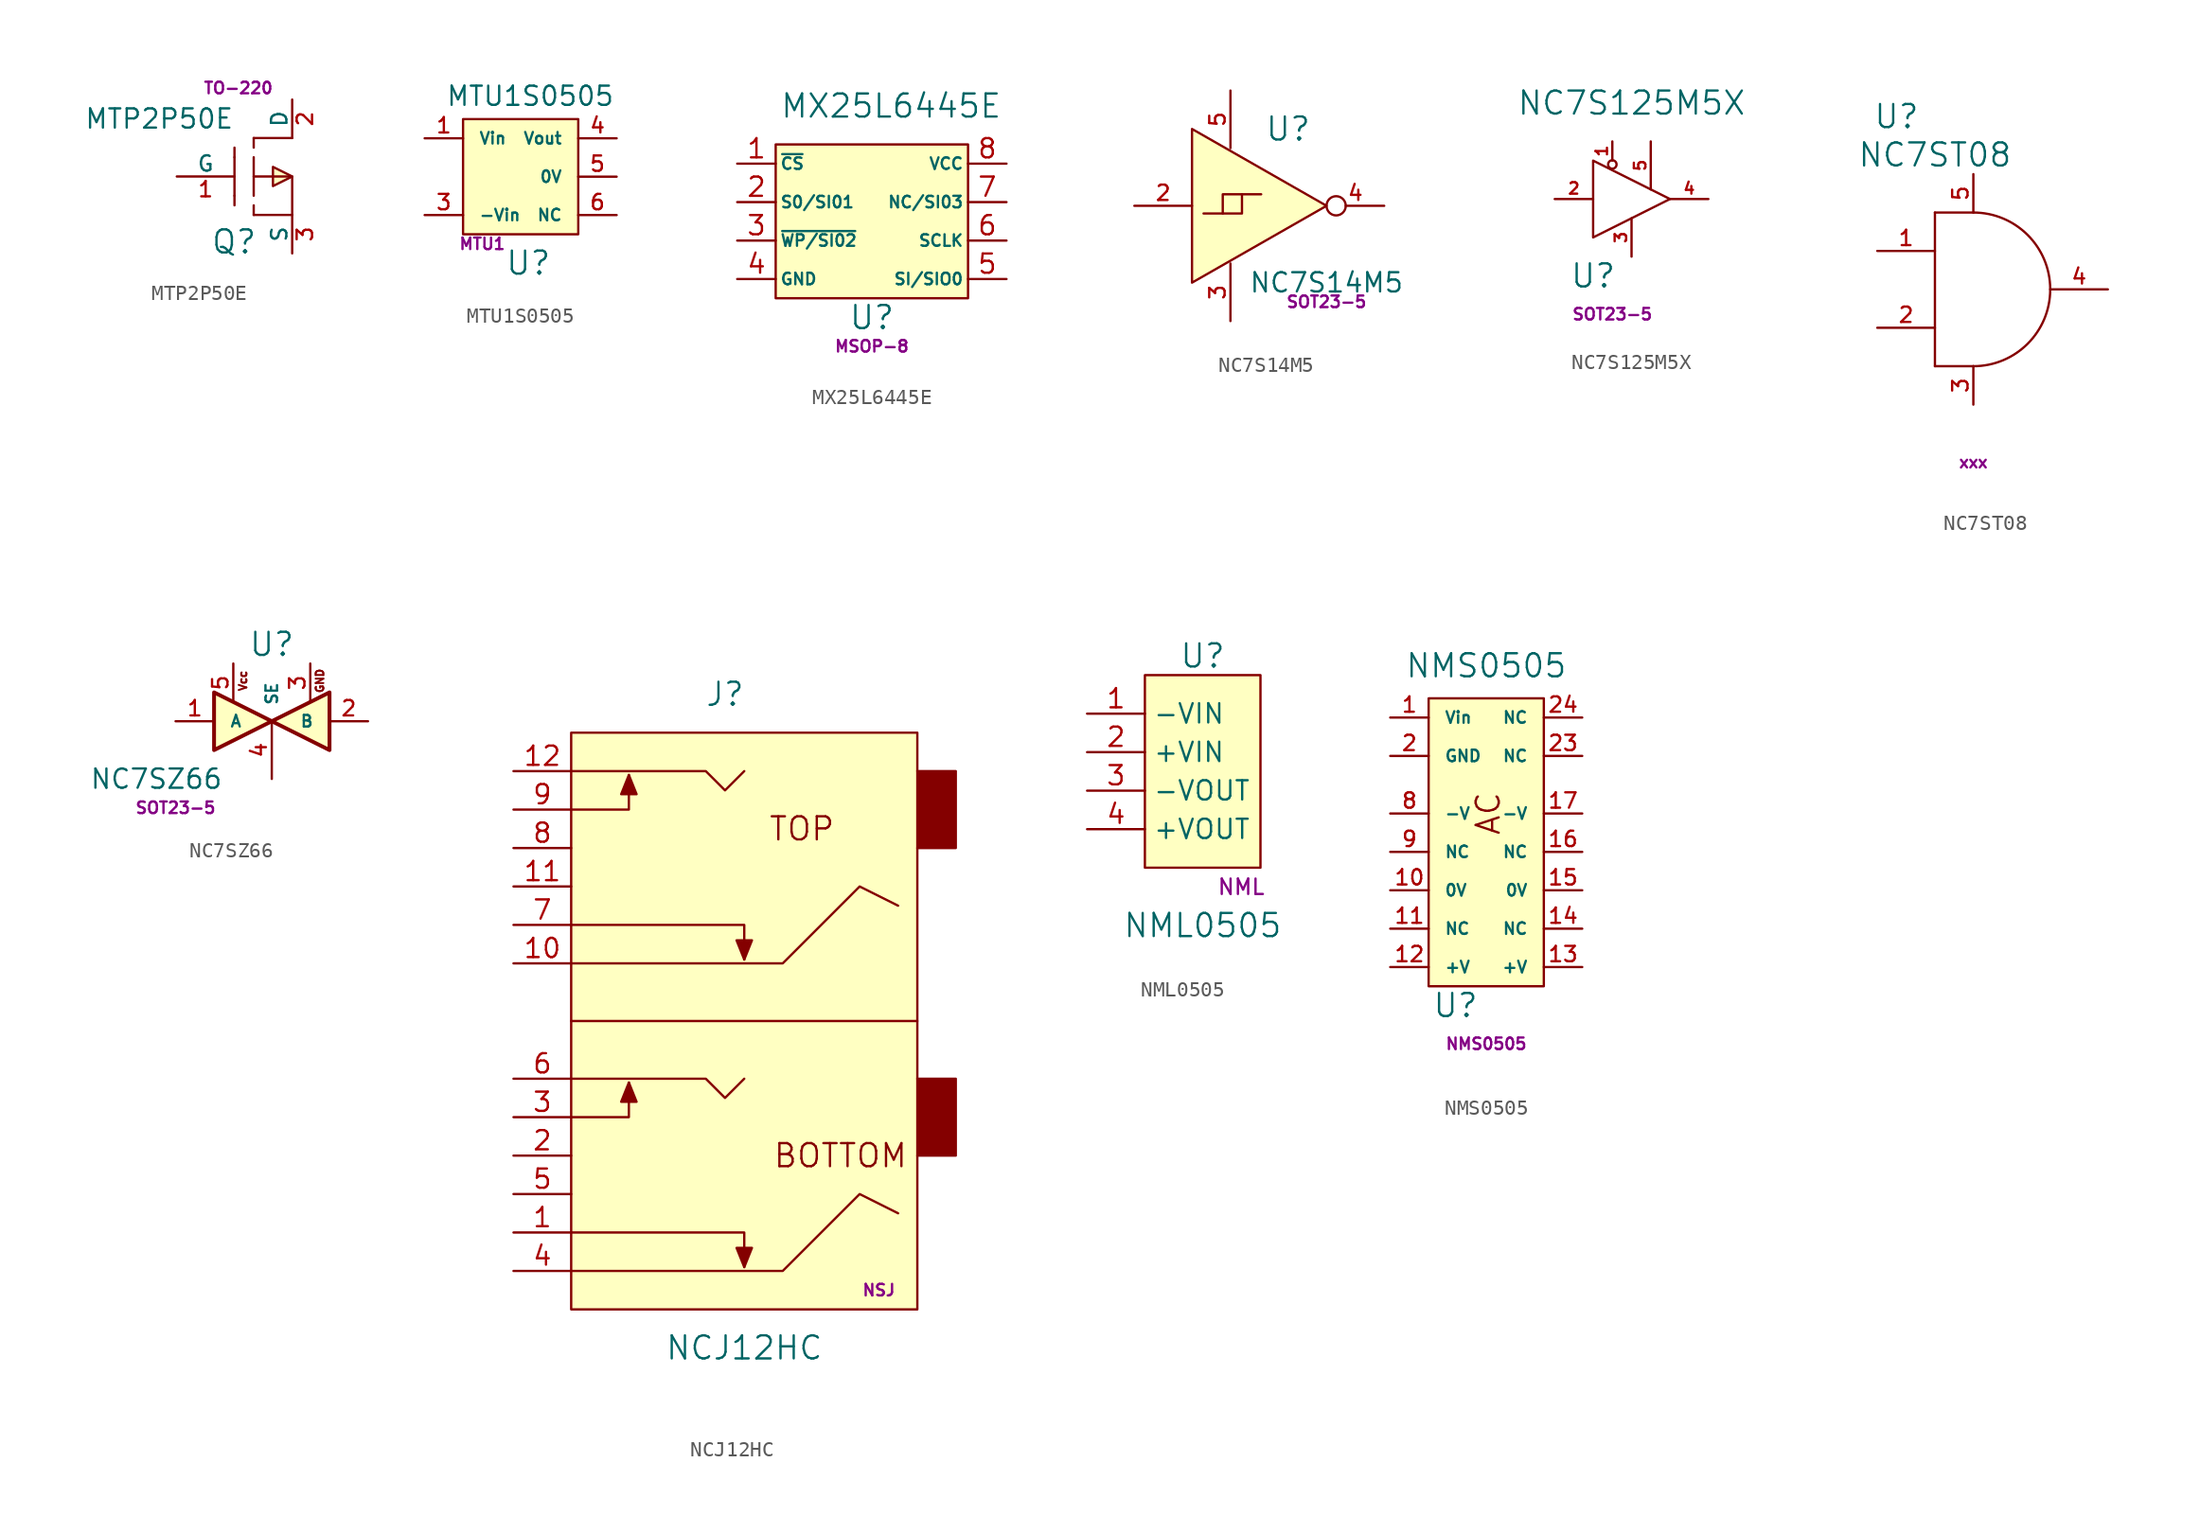
<source format=kicad_sym>
(kicad_symbol_lib
  (version 20220914)
  (generator kicad_symbol_editor)
  (symbol "MTP2P50E"
    (pin_names
      (offset 0))
    (property "Reference" "Q"
      (at 0.254 -4.318 0)
      (effects (font (size 1.524 1.524)) (justify right)))
    (property "Value" "MTP2P50E"
      (at -1.27 3.81 0)
      (effects (font (size 1.27 1.27)) (justify right)))
    (property "Footprint" "TO-220"
      (at -1.016 5.842 0)
      (effects (font (size 0.762 0.762))))
    (property "Datasheet" ""
      (at 0 0 0)
      (effects (font (size 1.524 1.524))))
    (symbol "MTP2P50E_0_1"
      (polyline (pts (xy -1.27 -1.27) (xy -1.27 -1.905)) (stroke (width 0) (type default)) (fill (type none)))
      (polyline (pts (xy -1.27 -1.27) (xy -1.27 1.27)) (stroke (width 0) (type default)) (fill (type none)))
      (polyline (pts (xy -1.27 1.27) (xy -1.27 1.905)) (stroke (width 0) (type default)) (fill (type none)))
      (polyline (pts (xy 0 -2.54) (xy 0 -1.905)) (stroke (width 0) (type default)) (fill (type none)))
      (polyline (pts (xy 0 -1.27) (xy 0 1.27)) (stroke (width 0) (type default)) (fill (type none)))
      (polyline (pts (xy 0 2.54) (xy 0 1.905)) (stroke (width 0) (type default)) (fill (type none)))
      (polyline (pts (xy 2.54 -2.54) (xy 0 -2.54)) (stroke (width 0) (type default)) (fill (type none)))
      (polyline (pts (xy 2.54 2.54) (xy 0 2.54)) (stroke (width 0) (type default)) (fill (type none)))
      (polyline (pts (xy 0 0) (xy 2.54 0) (xy 2.54 -2.54)) (stroke (width 0) (type default)) (fill (type none)))
      (polyline (pts (xy 1.27 0) (xy 1.27 -0.635) (xy 2.54 0) (xy 1.27 0.635) (xy 1.27 0)) (stroke (width 0) (type default)) (fill (type background))))
    (symbol "MTP2P50E_1_1"
      (pin input line (at -5.08 0 0) (length 3.81) (name "G" (effects (font (size 1.016 1.016)))) (number "1" (effects (font (size 1.016 1.016)))))
      (pin passive line (at 2.54 5.08 270) (length 2.54) (name "D" (effects (font (size 1.016 1.016)))) (number "2" (effects (font (size 1.016 1.016)))))
      (pin passive line (at 2.54 -5.08 90) (length 2.54) (name "S" (effects (font (size 1.016 1.016)))) (number "3" (effects (font (size 1.016 1.016)))))))
  (symbol "MTU1S0505"
    (pin_names
      (offset 1.016))
    (property "Reference" "U"
      (at 0.508 -5.715 0)
      (effects (font (size 1.524 1.524))))
    (property "Value" "MTU1S0505"
      (at 0.635 5.334 0)
      (effects (font (size 1.27 1.27))))
    (property "Footprint" "MTU1"
      (at -2.54 -4.445 0)
      (effects (font (size 0.762 0.762))))
    (property "Datasheet" ""
      (at 0 0 0)
      (effects (font (size 1.524 1.524))))
    (symbol "MTU1S0505_0_1"
      (rectangle (start -3.81 3.81) (end 3.81 -3.81) (stroke (width 0) (type default)) (fill (type background))))
    (symbol "MTU1S0505_1_1"
      (pin passive line (at -6.35 2.54 0) (length 2.54) (name "Vin" (effects (font (size 0.762 0.762)))) (number "1" (effects (font (size 1.016 1.016)))))
      (pin passive line (at -6.35 -2.54 0) (length 2.54) (name "-Vin" (effects (font (size 0.762 0.762)))) (number "3" (effects (font (size 1.016 1.016)))))
      (pin passive line (at 6.35 2.54 180) (length 2.54) (name "Vout" (effects (font (size 0.762 0.762)))) (number "4" (effects (font (size 1.016 1.016)))))
      (pin passive line (at 6.35 0 180) (length 2.54) (name "0V" (effects (font (size 0.762 0.762)))) (number "5" (effects (font (size 1.016 1.016)))))
      (pin passive line (at 6.35 -2.54 180) (length 2.54) (name "NC" (effects (font (size 0.762 0.762)))) (number "6" (effects (font (size 1.016 1.016)))))))
  (symbol "MX25L6445E"
    (pin_names
      (offset 0.254))
    (property "Reference" "U"
      (at 0 -6.35 0)
      (effects (font (size 1.524 1.524))))
    (property "Value" "MX25L6445E"
      (at 1.27 7.62 0)
      (effects (font (size 1.524 1.524))))
    (property "Footprint" "MSOP-8"
      (at 0 -8.255 0)
      (effects (font (size 0.762 0.762))))
    (property "Datasheet" ""
      (at 0 0 0)
      (effects (font (size 1.524 1.524))))
    (symbol "MX25L6445E_0_1"
      (rectangle (start -6.35 5.08) (end 6.35 -5.08) (stroke (width 0) (type default)) (fill (type background))))
    (symbol "MX25L6445E_1_1"
      (pin bidirectional line (at -8.89 3.81 0) (length 2.54) (name "~{CS}" (effects (font (size 0.762 0.762)))) (number "1" (effects (font (size 1.27 1.27)))))
      (pin bidirectional line (at -8.89 1.27 0) (length 2.54) (name "S0/SI01" (effects (font (size 0.762 0.762)))) (number "2" (effects (font (size 1.27 1.27)))))
      (pin bidirectional line (at -8.89 -1.27 0) (length 2.54) (name "~{WP/SI02}" (effects (font (size 0.762 0.762)))) (number "3" (effects (font (size 1.27 1.27)))))
      (pin bidirectional line (at -8.89 -3.81 0) (length 2.54) (name "GND" (effects (font (size 0.762 0.762)))) (number "4" (effects (font (size 1.27 1.27)))))
      (pin bidirectional line (at 8.89 -3.81 180) (length 2.54) (name "SI/SIO0" (effects (font (size 0.762 0.762)))) (number "5" (effects (font (size 1.27 1.27)))))
      (pin bidirectional line (at 8.89 -1.27 180) (length 2.54) (name "SCLK" (effects (font (size 0.762 0.762)))) (number "6" (effects (font (size 1.27 1.27)))))
      (pin bidirectional line (at 8.89 1.27 180) (length 2.54) (name "NC/SI03" (effects (font (size 0.762 0.762)))) (number "7" (effects (font (size 1.27 1.27)))))
      (pin bidirectional line (at 8.89 3.81 180) (length 2.54) (name "VCC" (effects (font (size 0.762 0.762)))) (number "8" (effects (font (size 1.27 1.27)))))))
  (symbol "NC7S14M5"
    (property "Reference" "U"
      (at 3.81 5.08 0)
      (effects (font (size 1.524 1.524))))
    (property "Value" "NC7S14M5"
      (at 6.35 -5.08 0)
      (effects (font (size 1.27 1.27))))
    (property "Footprint" "SOT23-5"
      (at 6.35 -6.35 0)
      (effects (font (size 0.762 0.762))))
    (property "Datasheet" ""
      (at 0 0 0)
      (effects (font (size 1.524 1.524))))
    (symbol "NC7S14M5_0_1"
      (polyline (pts (xy -0.508 -0.508) (xy 0.762 -0.508) (xy 0.762 0.762) (xy 0.762 0.762)) (stroke (width 0) (type default)) (fill (type none)))
      (polyline (pts (xy -2.54 0) (xy -2.54 5.08) (xy 6.35 0) (xy -2.54 -5.08) (xy -2.54 0)) (stroke (width 0) (type default)) (fill (type background)))
      (polyline (pts (xy 2.032 0.762) (xy -0.508 0.762) (xy -0.508 -0.508) (xy -1.778 -0.508) (xy -1.778 -0.508)) (stroke (width 0) (type default)) (fill (type none)))
      (pin passive line (at 0 -7.62 90) (length 3.81) (name "~" (effects (font (size 1.016 1.016)))) (number "3" (effects (font (size 1.016 1.016)))))
      (pin power_in line (at 0 7.62 270) (length 3.81) (name "~" (effects (font (size 1.016 1.016)))) (number "5" (effects (font (size 1.016 1.016))))))
    (symbol "NC7S14M5_1_1"
      (pin input line (at -6.35 0 0) (length 3.81) (name "~" (effects (font (size 1.016 1.016)))) (number "2" (effects (font (size 1.016 1.016)))))
      (pin input inverted (at 10.16 0 180) (length 3.81) (name "~" (effects (font (size 1.016 1.016)))) (number "4" (effects (font (size 1.016 1.016)))))))
  (symbol "NC7S125M5X"
    (pin_names
      (offset 1.016))
    (property "Reference" "U"
      (at -2.54 -5.08 0)
      (effects (font (size 1.524 1.524))))
    (property "Value" "NC7S125M5X"
      (at 0 6.35 0)
      (effects (font (size 1.524 1.524))))
    (property "Footprint" "SOT23-5"
      (at -1.27 -7.62 0)
      (effects (font (size 0.762 0.762))))
    (property "Datasheet" ""
      (at 0 0 0)
      (effects (font (size 1.524 1.524))))
    (symbol "NC7S125M5X_0_1"
      (circle (center -1.27 2.286) (radius 0.279) (stroke (width 0) (type default)) (fill (type none)))
      (polyline (pts (xy -2.54 0) (xy -2.54 2.54) (xy 2.54 0) (xy -2.54 -2.54) (xy -2.54 0) (xy -2.54 0)) (stroke (width 0) (type default)) (fill (type none))))
    (symbol "NC7S125M5X_1_1"
      (pin input line (at -1.27 3.81 270) (length 1.27) (name "~" (effects (font (size 0.508 0.508)))) (number "1" (effects (font (size 0.762 0.762)))))
      (pin input line (at -5.08 0 0) (length 2.54) (name "~" (effects (font (size 0.508 0.508)))) (number "2" (effects (font (size 0.762 0.762)))))
      (pin bidirectional line (at 0 -3.81 90) (length 2.54) (name "~" (effects (font (size 0.508 0.508)))) (number "3" (effects (font (size 0.762 0.762)))))
      (pin output line (at 5.08 0 180) (length 2.54) (name "~" (effects (font (size 0.508 0.508)))) (number "4" (effects (font (size 0.762 0.762)))))
      (pin input line (at 1.27 3.81 270) (length 3.175) (name "~" (effects (font (size 0.508 0.508)))) (number "5" (effects (font (size 0.762 0.762)))))))
  (symbol "NC7ST08"
    (pin_names
      (offset 1.016))
    (property "Reference" "U"
      (at -5.08 11.43 0)
      (effects (font (size 1.524 1.524))))
    (property "Value" "NC7ST08"
      (at -2.54 8.89 0)
      (effects (font (size 1.524 1.524))))
    (property "Footprint" "xxx"
      (at 0 -11.43 0)
      (effects (font (size 0.762 0.762))))
    (property "Datasheet" ""
      (at 0 0 0)
      (effects (font (size 1.524 1.524))))
    (symbol "NC7ST08_0_1"
      (arc (start 0 -5.08) (mid 5.0579 0) (end 0 5.08) (stroke (width 0) (type default)) (fill (type none)))
      (polyline (pts (xy -2.54 5.08) (xy -2.54 -5.08) (xy -2.54 -5.08)) (stroke (width 0) (type default)) (fill (type none)))
      (polyline (pts (xy 0 -5.08) (xy -2.54 -5.08) (xy -2.54 -5.08)) (stroke (width 0) (type default)) (fill (type none)))
      (polyline (pts (xy 0 5.08) (xy -2.54 5.08) (xy -2.54 5.08)) (stroke (width 0) (type default)) (fill (type background)))
      (pin input line (at -6.35 2.54 0) (length 3.81) (name "~" (effects (font (size 1.016 1.016)))) (number "1" (effects (font (size 1.016 1.016)))))
      (pin input line (at -6.35 -2.54 0) (length 3.81) (name "~" (effects (font (size 1.016 1.016)))) (number "2" (effects (font (size 1.016 1.016)))))
      (pin passive line (at 0 -7.62 90) (length 2.54) (name "~" (effects (font (size 1.016 1.016)))) (number "3" (effects (font (size 1.016 1.016)))))
      (pin output line (at 8.89 0 180) (length 3.81) (name "~" (effects (font (size 1.016 1.016)))) (number "4" (effects (font (size 1.016 1.016)))))
      (pin power_in line (at 0 7.62 270) (length 2.54) (name "~" (effects (font (size 1.016 1.016)))) (number "5" (effects (font (size 1.016 1.016)))))))
  (symbol "NC7SZ66"
    (pin_names
      (offset 1.016))
    (property "Reference" "U"
      (at 0 5.08 0)
      (effects (font (size 1.524 1.524))))
    (property "Value" "NC7SZ66"
      (at -7.62 -3.81 0)
      (effects (font (size 1.27 1.27))))
    (property "Footprint" "SOT23-5"
      (at -6.35 -5.715 0)
      (effects (font (size 0.762 0.762))))
    (property "Datasheet" ""
      (at 0 0 0)
      (effects (font (size 1.524 1.524))))
    (symbol "NC7SZ66_0_0"
      (polyline (pts (xy 0 0) (xy 3.81 -1.905) (xy 3.81 1.905) (xy 0 0) (xy 0 0)) (stroke (width 0.254) (type default)) (fill (type background)))
      (polyline (pts (xy -3.81 0) (xy -3.81 1.905) (xy 0 0) (xy -3.81 -1.905) (xy -3.81 0) (xy -3.81 0)) (stroke (width 0.254) (type default)) (fill (type background)))
      (text "GND" (at 3.175 2.667 900) (effects (font (size 0.508 0.508))))
      (text "Vcc" (at -1.905 2.667 900) (effects (font (size 0.508 0.508)))))
    (symbol "NC7SZ66_1_1"
      (pin input line (at -6.35 0 0) (length 2.54) (name "A" (effects (font (size 0.762 0.762)))) (number "1" (effects (font (size 1.016 1.016)))))
      (pin output line (at 6.35 0 180) (length 2.54) (name "B" (effects (font (size 0.762 0.762)))) (number "2" (effects (font (size 1.016 1.016)))))
      (pin unspecified line (at 2.54 3.81 270) (length 2.54) (name "~" (effects (font (size 0.254 0.254)))) (number "3" (effects (font (size 1.016 1.016)))))
      (pin input line (at 0 -3.81 90) (length 3.81) (name "SE" (effects (font (size 0.762 0.762)))) (number "4" (effects (font (size 1.016 1.016)))))
      (pin unspecified line (at -2.54 3.81 270) (length 2.54) (name "~" (effects (font (size 0.254 0.254)))) (number "5" (effects (font (size 1.016 1.016)))))))
  (symbol "NCJ12HC"
    (property "Reference" "J"
      (at 0 21.59 0)
      (effects (font (size 1.524 1.524))))
    (property "Value" "NCJ12HC"
      (at 1.27 -21.59 0)
      (effects (font (size 1.524 1.524))))
    (property "Footprint" "NSJ"
      (at 10.16 -17.78 0)
      (effects (font (size 0.762 0.762))))
    (property "Datasheet" ""
      (at 0 0 0)
      (effects (font (size 1.524 1.524))))
    (symbol "NCJ12HC_0_0"
      (polyline (pts (xy -10.16 0) (xy 12.7 0)) (stroke (width 0) (type default)) (fill (type none)))
      (polyline (pts (xy 12.7 -3.81) (xy 15.24 -3.81) (xy 15.24 -8.89) (xy 12.7 -8.89)) (stroke (width 0) (type default)) (fill (type outline)))
      (polyline (pts (xy 12.7 16.51) (xy 15.24 16.51) (xy 15.24 11.43) (xy 12.7 11.43)) (stroke (width 0) (type default)) (fill (type outline)))
      (polyline (pts (xy -10.16 19.05) (xy -10.16 -19.05) (xy 12.7 -19.05) (xy 12.7 19.05) (xy -10.16 19.05)) (stroke (width 0) (type default)) (fill (type background)))
      (text "BOTTOM" (at 7.62 -8.89 0) (effects (font (size 1.524 1.524))))
      (text "TOP" (at 5.08 12.7 0) (effects (font (size 1.524 1.524)))))
    (symbol "NCJ12HC_0_1"
      (polyline (pts (xy -10.16 -13.97) (xy 1.27 -13.97) (xy 1.27 -16.256)) (stroke (width 0) (type default)) (fill (type none)))
      (polyline (pts (xy -10.16 -6.35) (xy -6.35 -6.35) (xy -6.35 -4.064)) (stroke (width 0) (type default)) (fill (type none)))
      (polyline (pts (xy -10.16 6.35) (xy 1.27 6.35) (xy 1.27 4.064)) (stroke (width 0) (type default)) (fill (type none)))
      (polyline (pts (xy -10.16 13.97) (xy -6.35 13.97) (xy -6.35 16.256)) (stroke (width 0) (type default)) (fill (type none)))
      (polyline (pts (xy -10.16 -16.51) (xy 3.81 -16.51) (xy 8.89 -11.43) (xy 11.43 -12.7)) (stroke (width 0) (type default)) (fill (type none)))
      (polyline (pts (xy -10.16 -3.81) (xy -1.27 -3.81) (xy 0 -5.08) (xy 1.27 -3.81)) (stroke (width 0) (type default)) (fill (type none)))
      (polyline (pts (xy -10.16 3.81) (xy 3.81 3.81) (xy 8.89 8.89) (xy 11.43 7.62)) (stroke (width 0) (type default)) (fill (type none)))
      (polyline (pts (xy -10.16 16.51) (xy -1.27 16.51) (xy 0 15.24) (xy 1.27 16.51)) (stroke (width 0) (type default)) (fill (type none)))
      (polyline (pts (xy -6.35 -4.064) (xy -6.858 -5.334) (xy -5.842 -5.334) (xy -6.35 -4.064)) (stroke (width 0) (type default)) (fill (type outline)))
      (polyline (pts (xy -6.35 16.256) (xy -6.858 14.986) (xy -5.842 14.986) (xy -6.35 16.256)) (stroke (width 0) (type default)) (fill (type outline)))
      (polyline (pts (xy 1.27 -16.256) (xy 0.762 -14.986) (xy 1.778 -14.986) (xy 1.27 -16.256)) (stroke (width 0) (type default)) (fill (type outline)))
      (polyline (pts (xy 1.27 4.064) (xy 0.762 5.334) (xy 1.778 5.334) (xy 1.27 4.064)) (stroke (width 0) (type default)) (fill (type outline))))
    (symbol "NCJ12HC_1_1"
      (pin input line (at -13.97 -13.97 0) (length 3.81) (name "~" (effects (font (size 1.27 1.27)))) (number "1" (effects (font (size 1.27 1.27)))))
      (pin input line (at -13.97 3.81 0) (length 3.81) (name "~" (effects (font (size 1.27 1.27)))) (number "10" (effects (font (size 1.27 1.27)))))
      (pin input line (at -13.97 8.89 0) (length 3.81) (name "~" (effects (font (size 1.27 1.27)))) (number "11" (effects (font (size 1.27 1.27)))))
      (pin input line (at -13.97 16.51 0) (length 3.81) (name "~" (effects (font (size 1.27 1.27)))) (number "12" (effects (font (size 1.27 1.27)))))
      (pin input line (at -13.97 -8.89 0) (length 3.81) (name "~" (effects (font (size 1.27 1.27)))) (number "2" (effects (font (size 1.27 1.27)))))
      (pin input line (at -13.97 -6.35 0) (length 3.81) (name "~" (effects (font (size 1.27 1.27)))) (number "3" (effects (font (size 1.27 1.27)))))
      (pin input line (at -13.97 -16.51 0) (length 3.81) (name "~" (effects (font (size 1.27 1.27)))) (number "4" (effects (font (size 1.27 1.27)))))
      (pin input line (at -13.97 -11.43 0) (length 3.81) (name "~" (effects (font (size 1.27 1.27)))) (number "5" (effects (font (size 1.27 1.27)))))
      (pin input line (at -13.97 -3.81 0) (length 3.81) (name "~" (effects (font (size 1.27 1.27)))) (number "6" (effects (font (size 1.27 1.27)))))
      (pin input line (at -13.97 6.35 0) (length 3.81) (name "~" (effects (font (size 1.27 1.27)))) (number "7" (effects (font (size 1.27 1.27)))))
      (pin input line (at -13.97 11.43 0) (length 3.81) (name "~" (effects (font (size 1.27 1.27)))) (number "8" (effects (font (size 1.27 1.27)))))
      (pin input line (at -13.97 13.97 0) (length 3.81) (name "~" (effects (font (size 1.27 1.27)))) (number "9" (effects (font (size 1.27 1.27)))))))
  (symbol "NML0505"
    (property "Reference" "U"
      (at 0 7.62 0)
      (effects (font (size 1.524 1.524))))
    (property "Value" "NML0505"
      (at 0 -10.16 0)
      (effects (font (size 1.524 1.524))))
    (property "Footprint" "NML"
      (at 2.54 -7.62 0)
      (effects (font (size 1.016 1.016))))
    (property "Datasheet" ""
      (at -2.54 0 0)
      (effects (font (size 1.524 1.524))))
    (symbol "NML0505_0_1"
      (rectangle (start -3.81 6.35) (end 3.81 -6.35) (stroke (width 0) (type default)) (fill (type background))))
    (symbol "NML0505_1_1"
      (pin input line (at -7.62 3.81 0) (length 3.81) (name "-VIN" (effects (font (size 1.27 1.27)))) (number "1" (effects (font (size 1.27 1.27)))))
      (pin input line (at -7.62 1.27 0) (length 3.81) (name "+VIN" (effects (font (size 1.27 1.27)))) (number "2" (effects (font (size 1.27 1.27)))))
      (pin input line (at -7.62 -1.27 0) (length 3.81) (name "-VOUT" (effects (font (size 1.27 1.27)))) (number "3" (effects (font (size 1.27 1.27)))))
      (pin input line (at -7.62 -3.81 0) (length 3.81) (name "+VOUT" (effects (font (size 1.27 1.27)))) (number "4" (effects (font (size 1.27 1.27)))))))
  (symbol "NMS0505"
    (pin_names
      (offset 1.016))
    (property "Reference" "U"
      (at -2.032 -12.7 0)
      (effects (font (size 1.524 1.524))))
    (property "Value" "NMS0505"
      (at 0 9.779 0)
      (effects (font (size 1.524 1.524))))
    (property "Footprint" "NMS0505"
      (at 0 -15.24 0)
      (effects (font (size 0.762 0.762))))
    (property "Datasheet" ""
      (at 0 0 0)
      (effects (font (size 1.524 1.524))))
    (symbol "NMS0505_0_0"
      (text "AC" (at 0.127 0 900) (effects (font (size 1.524 1.524)))))
    (symbol "NMS0505_0_1"
      (polyline (pts (xy -3.81 -10.16) (xy -3.81 -11.43) (xy 3.81 -11.43) (xy 3.81 7.62) (xy -3.81 7.62) (xy -3.81 -10.16) (xy -3.81 -10.16)) (stroke (width 0) (type default)) (fill (type background))))
    (symbol "NMS0505_1_1"
      (pin passive line (at -6.35 6.35 0) (length 2.54) (name "Vin" (effects (font (size 0.762 0.762)))) (number "1" (effects (font (size 1.016 1.016)))))
      (pin passive line (at -6.35 -5.08 0) (length 2.54) (name "0V" (effects (font (size 0.762 0.762)))) (number "10" (effects (font (size 1.016 1.016)))))
      (pin passive line (at -6.35 -7.62 0) (length 2.54) (name "NC" (effects (font (size 0.762 0.762)))) (number "11" (effects (font (size 1.016 1.016)))))
      (pin passive line (at -6.35 -10.16 0) (length 2.54) (name "+V" (effects (font (size 0.762 0.762)))) (number "12" (effects (font (size 1.016 1.016)))))
      (pin passive line (at 6.35 -10.16 180) (length 2.54) (name "+V" (effects (font (size 0.762 0.762)))) (number "13" (effects (font (size 1.016 1.016)))))
      (pin passive line (at 6.35 -7.62 180) (length 2.54) (name "NC" (effects (font (size 0.762 0.762)))) (number "14" (effects (font (size 1.016 1.016)))))
      (pin passive line (at 6.35 -5.08 180) (length 2.54) (name "0V" (effects (font (size 0.762 0.762)))) (number "15" (effects (font (size 1.016 1.016)))))
      (pin passive line (at 6.35 -2.54 180) (length 2.54) (name "NC" (effects (font (size 0.762 0.762)))) (number "16" (effects (font (size 1.016 1.016)))))
      (pin passive line (at 6.35 0 180) (length 2.54) (name "-V" (effects (font (size 0.762 0.762)))) (number "17" (effects (font (size 1.016 1.016)))))
      (pin passive line (at -6.35 3.81 0) (length 2.54) (name "GND" (effects (font (size 0.762 0.762)))) (number "2" (effects (font (size 1.016 1.016)))))
      (pin passive line (at 6.35 3.81 180) (length 2.54) (name "NC" (effects (font (size 0.762 0.762)))) (number "23" (effects (font (size 1.016 1.016)))))
      (pin passive line (at 6.35 6.35 180) (length 2.54) (name "NC" (effects (font (size 0.762 0.762)))) (number "24" (effects (font (size 1.016 1.016)))))
      (pin passive line (at -6.35 0 0) (length 2.54) (name "-V" (effects (font (size 0.762 0.762)))) (number "8" (effects (font (size 1.016 1.016)))))
      (pin passive line (at -6.35 -2.54 0) (length 2.54) (name "NC" (effects (font (size 0.762 0.762)))) (number "9" (effects (font (size 1.016 1.016))))))))
</source>
